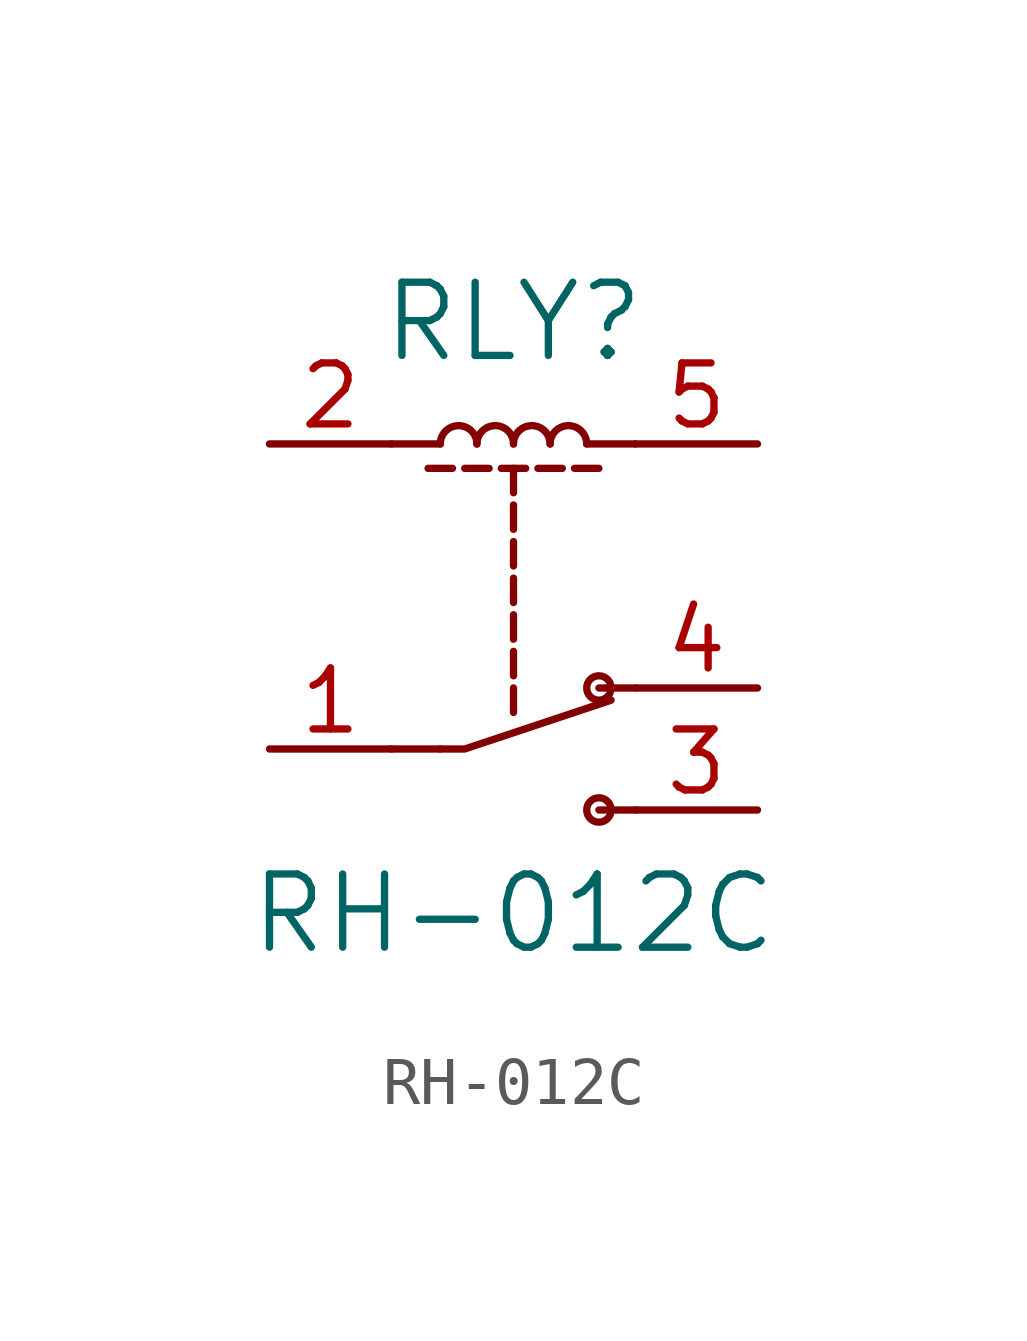
<source format=kicad_sym>
(kicad_symbol_lib
  (version 20211014)
  (generator kicad_symbol_editor)
  (symbol "RH-012C"
    (pin_names
      (offset 1.016))
    (property "Reference" "RLY"
      (at 0 6.35 0)
      (effects (font (size 1.524 1.524))))
    (property "Value" "RH-012C"
      (at 0 -5.969 0)
      (effects (font (size 1.524 1.524))))
    (property "Footprint" ""
      (at 0 0 0)
      (effects (font (size 1.524 1.524))))
    (property "Datasheet" ""
      (at 0 0 0)
      (effects (font (size 1.524 1.524))))
    (symbol "RH-012C_0_1"
      (arc (start -0.762 3.81) (mid -1.143 4.191) (end -1.524 3.81) (stroke (width 0) (type default) (color 0 0 0 0)) (fill (type none)))
      (polyline (pts (xy -1.778 3.302) (xy -1.27 3.302) (xy -1.27 3.302)) (stroke (width 0) (type default) (color 0 0 0 0)) (fill (type none)))
      (polyline (pts (xy -1.524 -2.54) (xy -2.54 -2.54) (xy -2.54 -2.54)) (stroke (width 0) (type default) (color 0 0 0 0)) (fill (type none)))
      (polyline (pts (xy -1.524 3.81) (xy -2.54 3.81) (xy -2.54 3.81)) (stroke (width 0) (type default) (color 0 0 0 0)) (fill (type none)))
      (polyline (pts (xy -1.016 3.302) (xy -0.508 3.302) (xy -0.508 3.302)) (stroke (width 0) (type default) (color 0 0 0 0)) (fill (type none)))
      (polyline (pts (xy -0.254 3.302) (xy 0.254 3.302) (xy 0.254 3.302)) (stroke (width 0) (type default) (color 0 0 0 0)) (fill (type none)))
      (polyline (pts (xy 0 -1.27) (xy 0 -1.778) (xy 0 -1.778)) (stroke (width 0) (type default) (color 0 0 0 0)) (fill (type none)))
      (polyline (pts (xy 0 -0.508) (xy 0 -1.016) (xy 0 -1.016)) (stroke (width 0) (type default) (color 0 0 0 0)) (fill (type none)))
      (polyline (pts (xy 0 0.254) (xy 0 -0.254) (xy 0 -0.254)) (stroke (width 0) (type default) (color 0 0 0 0)) (fill (type none)))
      (polyline (pts (xy 0 1.016) (xy 0 0.508) (xy 0 0.508)) (stroke (width 0) (type default) (color 0 0 0 0)) (fill (type none)))
      (polyline (pts (xy 0 1.778) (xy 0 1.27) (xy 0 1.27)) (stroke (width 0) (type default) (color 0 0 0 0)) (fill (type none)))
      (polyline (pts (xy 0 2.54) (xy 0 2.032) (xy 0 2.032)) (stroke (width 0) (type default) (color 0 0 0 0)) (fill (type none)))
      (polyline (pts (xy 0 3.302) (xy 0 2.794) (xy 0 2.794)) (stroke (width 0) (type default) (color 0 0 0 0)) (fill (type none)))
      (polyline (pts (xy 0.508 3.302) (xy 1.016 3.302) (xy 1.016 3.302)) (stroke (width 0) (type default) (color 0 0 0 0)) (fill (type none)))
      (polyline (pts (xy 1.27 3.302) (xy 1.778 3.302) (xy 1.778 3.302)) (stroke (width 0) (type default) (color 0 0 0 0)) (fill (type none)))
      (polyline (pts (xy 1.524 3.81) (xy 2.54 3.81) (xy 2.54 3.81)) (stroke (width 0) (type default) (color 0 0 0 0)) (fill (type none)))
      (polyline (pts (xy 2.54 -3.81) (xy 1.778 -3.81) (xy 1.778 -3.81)) (stroke (width 0) (type default) (color 0 0 0 0)) (fill (type none)))
      (polyline (pts (xy 2.54 -1.27) (xy 1.778 -1.27) (xy 1.778 -1.27)) (stroke (width 0) (type default) (color 0 0 0 0)) (fill (type none)))
      (polyline (pts (xy -1.524 -2.54) (xy -1.016 -2.54) (xy 2.032 -1.524) (xy 2.032 -1.524)) (stroke (width 0) (type default) (color 0 0 0 0)) (fill (type none)))
      (arc (start 0 3.81) (mid -0.381 4.191) (end -0.762 3.81) (stroke (width 0) (type default) (color 0 0 0 0)) (fill (type none)))
      (arc (start 0.762 3.81) (mid 0.381 4.191) (end 0 3.81) (stroke (width 0) (type default) (color 0 0 0 0)) (fill (type none)))
      (arc (start 1.524 3.81) (mid 1.143 4.191) (end 0.762 3.81) (stroke (width 0) (type default) (color 0 0 0 0)) (fill (type none)))
      (circle (center 1.778 -3.81) (radius 0.254) (stroke (width 0) (type default) (color 0 0 0 0)) (fill (type none)))
      (circle (center 1.778 -1.27) (radius 0.254) (stroke (width 0) (type default) (color 0 0 0 0)) (fill (type none))))
    (symbol "RH-012C_1_1"
      (pin passive line (at -5.08 -2.54 0) (length 2.54) (name "~" (effects (font (size 1.27 1.27)))) (number "1" (effects (font (size 1.27 1.27)))))
      (pin passive line (at -5.08 3.81 0) (length 2.54) (name "~" (effects (font (size 1.27 1.27)))) (number "2" (effects (font (size 1.27 1.27)))))
      (pin passive line (at 5.08 -3.81 180) (length 2.54) (name "~" (effects (font (size 1.27 1.27)))) (number "3" (effects (font (size 1.27 1.27)))))
      (pin passive line (at 5.08 -1.27 180) (length 2.54) (name "~" (effects (font (size 1.27 1.27)))) (number "4" (effects (font (size 1.27 1.27)))))
      (pin passive line (at 5.08 3.81 180) (length 2.54) (name "~" (effects (font (size 1.27 1.27)))) (number "5" (effects (font (size 1.27 1.27))))))))
</source>
